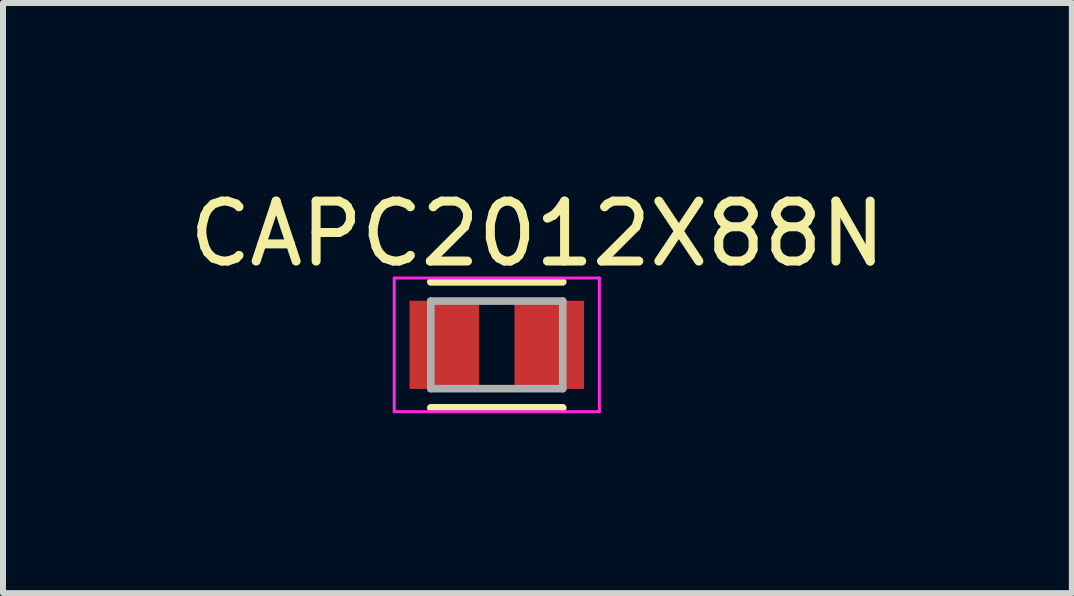
<source format=kicad_pcb>
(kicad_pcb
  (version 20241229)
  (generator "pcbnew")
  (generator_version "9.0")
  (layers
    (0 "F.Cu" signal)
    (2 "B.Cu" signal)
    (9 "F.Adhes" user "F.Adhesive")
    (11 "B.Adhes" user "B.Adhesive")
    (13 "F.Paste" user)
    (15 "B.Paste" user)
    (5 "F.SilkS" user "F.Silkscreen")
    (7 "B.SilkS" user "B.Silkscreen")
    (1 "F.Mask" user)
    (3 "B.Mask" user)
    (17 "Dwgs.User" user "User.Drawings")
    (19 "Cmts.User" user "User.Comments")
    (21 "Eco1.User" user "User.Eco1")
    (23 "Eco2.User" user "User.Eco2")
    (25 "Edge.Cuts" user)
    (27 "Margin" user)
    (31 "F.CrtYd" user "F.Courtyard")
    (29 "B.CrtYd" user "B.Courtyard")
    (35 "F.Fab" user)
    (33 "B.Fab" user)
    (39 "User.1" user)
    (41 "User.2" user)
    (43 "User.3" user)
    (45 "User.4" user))
  (footprint "CAPC2012X88N"
    (layer "F.Cu")
    (at 5.233 2.7)
    (property "Reference" "CAPC2012X88N" (at 0.678 -1.852 0) (layer "F.SilkS") (effects (font (size 1 1) (thickness 0.15))))
    (attr smd)
    (fp_line (start -1.1 -1.05) (end 1.1 -1.05) (stroke (width 0.127) (type solid)) (layer "F.SilkS"))
    (fp_line (start 1.1 1.05) (end -1.1 1.05) (stroke (width 0.127) (type solid)) (layer "F.SilkS"))
    (fp_line (start -1.71 -1.114) (end 1.71 -1.114) (stroke (width 0.05) (type solid)) (layer "F.CrtYd"))
    (fp_line (start -1.71 1.114) (end -1.71 -1.114) (stroke (width 0.05) (type solid)) (layer "F.CrtYd"))
    (fp_line (start 1.71 -1.114) (end 1.71 1.114) (stroke (width 0.05) (type solid)) (layer "F.CrtYd"))
    (fp_line (start 1.71 1.114) (end -1.71 1.114) (stroke (width 0.05) (type solid)) (layer "F.CrtYd"))
    (fp_line (start -1.1 -0.73) (end 1.1 -0.73) (stroke (width 0.127) (type solid)) (layer "F.Fab"))
    (fp_line (start -1.1 0.73) (end -1.1 -0.73) (stroke (width 0.127) (type solid)) (layer "F.Fab"))
    (fp_line (start 1.1 -0.73) (end 1.1 0.73) (stroke (width 0.127) (type solid)) (layer "F.Fab"))
    (fp_line (start 1.1 0.73) (end -1.1 0.73) (stroke (width 0.127) (type solid)) (layer "F.Fab"))
    (pad "1" smd rect (at -0.875 0) (size 1.16 1.47) (layers "F.Cu" "F.Mask" "F.Paste"))
    (pad "2" smd rect (at 0.875 0) (size 1.16 1.47) (layers "F.Cu" "F.Mask" "F.Paste")))
  (gr_rect
    (start -3 -3)
    (end 14.821 6.839)
    (stroke (width 0.1) (type default))
    (fill no)
    (layer "Edge.Cuts")))
</source>
